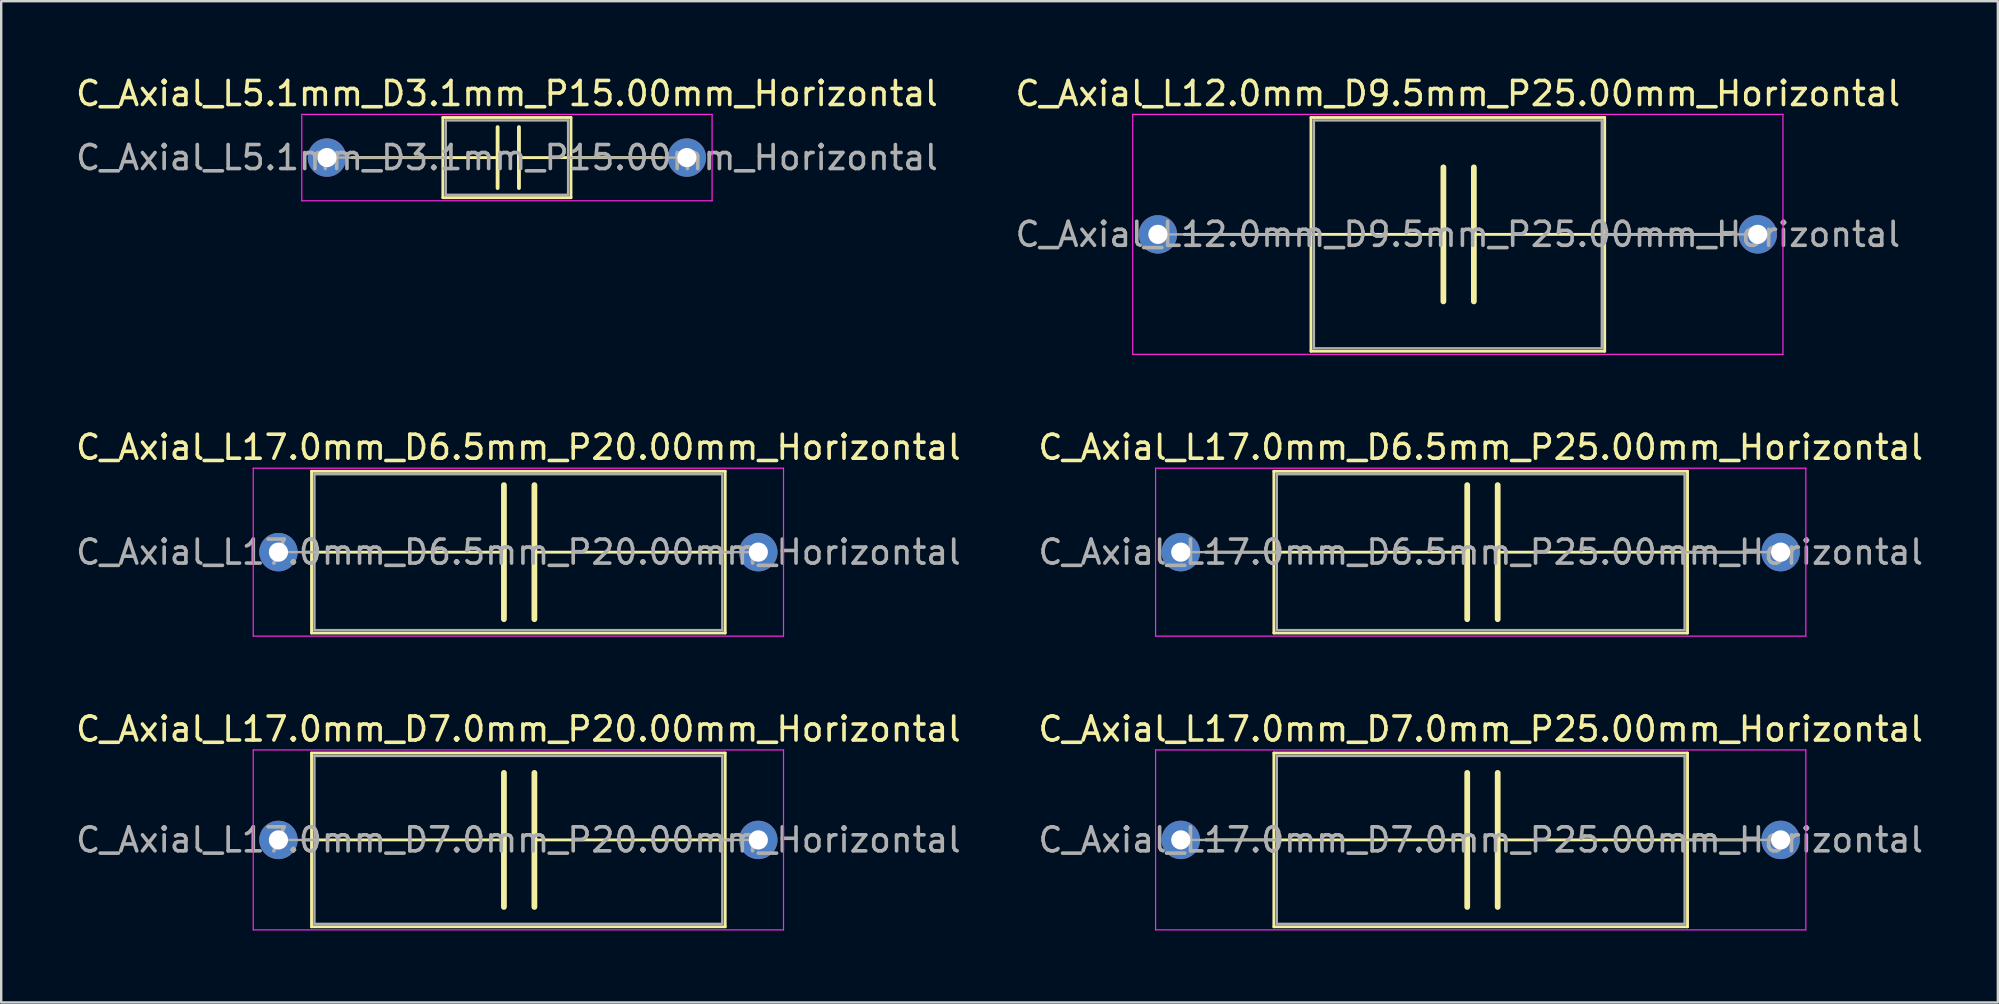
<source format=kicad_pcb>
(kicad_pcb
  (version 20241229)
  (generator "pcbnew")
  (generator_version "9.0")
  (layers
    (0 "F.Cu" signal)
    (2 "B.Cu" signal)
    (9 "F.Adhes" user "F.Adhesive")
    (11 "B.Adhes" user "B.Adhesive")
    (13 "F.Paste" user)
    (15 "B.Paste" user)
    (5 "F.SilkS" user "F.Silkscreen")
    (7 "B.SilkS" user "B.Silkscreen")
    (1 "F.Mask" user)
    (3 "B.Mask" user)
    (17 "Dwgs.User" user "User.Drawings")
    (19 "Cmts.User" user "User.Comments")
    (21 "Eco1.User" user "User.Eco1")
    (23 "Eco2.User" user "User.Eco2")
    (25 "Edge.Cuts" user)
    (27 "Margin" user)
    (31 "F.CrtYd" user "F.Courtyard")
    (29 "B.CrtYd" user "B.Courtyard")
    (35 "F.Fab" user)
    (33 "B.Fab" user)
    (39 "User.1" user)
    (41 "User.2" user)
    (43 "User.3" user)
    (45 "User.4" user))
  (footprint "C_Axial_L17.0mm_D6.5mm_P20.00mm_Horizontal"
    (layer "F.Cu")
    (at 8.554 19.962)
    (property "Reference" "C_Axial_L17.0mm_D6.5mm_P20.00mm_Horizontal" (at 10 -4.37 0) (layer "F.SilkS") (effects (font (size 1 1) (thickness 0.15))))
    (attr through_hole)
    (fp_line (start 1.04 0) (end 1.38 0) (stroke (width 0.12) (type solid)) (layer "F.SilkS"))
    (fp_line (start 1.38 -3.37) (end 1.38 3.37) (stroke (width 0.12) (type solid)) (layer "F.SilkS"))
    (fp_line (start 1.38 0) (end 9.398 0) (stroke (width 0.12) (type solid)) (layer "F.SilkS"))
    (fp_line (start 1.38 3.37) (end 18.62 3.37) (stroke (width 0.12) (type solid)) (layer "F.SilkS"))
    (fp_line (start 9.398 -2.794) (end 9.398 2.794) (stroke (width 0.24) (type solid)) (layer "F.SilkS"))
    (fp_line (start 10.668 2.794) (end 10.668 -2.794) (stroke (width 0.24) (type solid)) (layer "F.SilkS"))
    (fp_line (start 18.62 -3.37) (end 1.38 -3.37) (stroke (width 0.12) (type solid)) (layer "F.SilkS"))
    (fp_line (start 18.62 0) (end 10.668 0) (stroke (width 0.12) (type solid)) (layer "F.SilkS"))
    (fp_line (start 18.62 3.37) (end 18.62 -3.37) (stroke (width 0.12) (type solid)) (layer "F.SilkS"))
    (fp_line (start 18.96 0) (end 18.62 0) (stroke (width 0.12) (type solid)) (layer "F.SilkS"))
    (fp_line (start -1.05 -3.5) (end -1.05 3.5) (stroke (width 0.05) (type solid)) (layer "F.CrtYd"))
    (fp_line (start -1.05 3.5) (end 21.05 3.5) (stroke (width 0.05) (type solid)) (layer "F.CrtYd"))
    (fp_line (start 21.05 -3.5) (end -1.05 -3.5) (stroke (width 0.05) (type solid)) (layer "F.CrtYd"))
    (fp_line (start 21.05 3.5) (end 21.05 -3.5) (stroke (width 0.05) (type solid)) (layer "F.CrtYd"))
    (fp_line (start 0 0) (end 1.5 0) (stroke (width 0.1) (type solid)) (layer "F.Fab"))
    (fp_line (start 1.5 -3.25) (end 1.5 3.25) (stroke (width 0.1) (type solid)) (layer "F.Fab"))
    (fp_line (start 1.5 3.25) (end 18.5 3.25) (stroke (width 0.1) (type solid)) (layer "F.Fab"))
    (fp_line (start 18.5 -3.25) (end 1.5 -3.25) (stroke (width 0.1) (type solid)) (layer "F.Fab"))
    (fp_line (start 18.5 3.25) (end 18.5 -3.25) (stroke (width 0.1) (type solid)) (layer "F.Fab"))
    (fp_line (start 20 0) (end 18.5 0) (stroke (width 0.1) (type solid)) (layer "F.Fab"))
    (fp_text user "${REFERENCE}" (at 10 0 0) (layer "F.Fab") (effects (font (size 1 1) (thickness 0.15))))
    (pad "1" thru_hole circle (at 0 0) (size 1.6 1.6) (drill 0.8) (layers "*.Cu" "*.Mask"))
    (pad "2" thru_hole oval (at 20 0) (size 1.6 1.6) (drill 0.8) (layers "*.Cu" "*.Mask")))
  (footprint "C_Axial_L12.0mm_D9.5mm_P25.00mm_Horizontal"
    (layer "F.Cu")
    (at 45.208 6.718)
    (property "Reference" "C_Axial_L12.0mm_D9.5mm_P25.00mm_Horizontal" (at 12.5 -5.87 0) (layer "F.SilkS") (effects (font (size 1 1) (thickness 0.15))))
    (attr through_hole)
    (fp_line (start 1.1 0) (end 6.38 0) (stroke (width 0.12) (type solid)) (layer "F.SilkS"))
    (fp_line (start 6.38 -4.87) (end 6.38 4.87) (stroke (width 0.12) (type solid)) (layer "F.SilkS"))
    (fp_line (start 6.38 0) (end 11.898 0) (stroke (width 0.12) (type solid)) (layer "F.SilkS"))
    (fp_line (start 6.38 4.87) (end 18.62 4.87) (stroke (width 0.12) (type solid)) (layer "F.SilkS"))
    (fp_line (start 11.898 -2.794) (end 11.898 2.794) (stroke (width 0.24) (type solid)) (layer "F.SilkS"))
    (fp_line (start 13.168 2.794) (end 13.168 -2.794) (stroke (width 0.24) (type solid)) (layer "F.SilkS"))
    (fp_line (start 18.62 -4.87) (end 6.38 -4.87) (stroke (width 0.12) (type solid)) (layer "F.SilkS"))
    (fp_line (start 18.62 0) (end 13.168 0) (stroke (width 0.12) (type solid)) (layer "F.SilkS"))
    (fp_line (start 18.62 4.87) (end 18.62 -4.87) (stroke (width 0.12) (type solid)) (layer "F.SilkS"))
    (fp_line (start 23.9 0) (end 18.62 0) (stroke (width 0.12) (type solid)) (layer "F.SilkS"))
    (fp_line (start -1.05 -5) (end -1.05 5) (stroke (width 0.05) (type solid)) (layer "F.CrtYd"))
    (fp_line (start -1.05 5) (end 26.05 5) (stroke (width 0.05) (type solid)) (layer "F.CrtYd"))
    (fp_line (start 26.05 -5) (end -1.05 -5) (stroke (width 0.05) (type solid)) (layer "F.CrtYd"))
    (fp_line (start 26.05 5) (end 26.05 -5) (stroke (width 0.05) (type solid)) (layer "F.CrtYd"))
    (fp_line (start 0 0) (end 6.5 0) (stroke (width 0.1) (type solid)) (layer "F.Fab"))
    (fp_line (start 6.5 -4.75) (end 6.5 4.75) (stroke (width 0.1) (type solid)) (layer "F.Fab"))
    (fp_line (start 6.5 4.75) (end 18.5 4.75) (stroke (width 0.1) (type solid)) (layer "F.Fab"))
    (fp_line (start 18.5 -4.75) (end 6.5 -4.75) (stroke (width 0.1) (type solid)) (layer "F.Fab"))
    (fp_line (start 18.5 4.75) (end 18.5 -4.75) (stroke (width 0.1) (type solid)) (layer "F.Fab"))
    (fp_line (start 25 0) (end 18.5 0) (stroke (width 0.1) (type solid)) (layer "F.Fab"))
    (fp_text user "${REFERENCE}" (at 12.5 0 0) (layer "F.Fab") (effects (font (size 1 1) (thickness 0.15))))
    (pad "1" thru_hole circle (at 0 0) (size 1.6 1.6) (drill 0.8) (layers "*.Cu" "*.Mask"))
    (pad "2" thru_hole oval (at 25 0) (size 1.6 1.6) (drill 0.8) (layers "*.Cu" "*.Mask")))
  (footprint "C_Axial_L17.0mm_D7.0mm_P25.00mm_Horizontal"
    (layer "F.Cu")
    (at 46.161 31.955)
    (property "Reference" "C_Axial_L17.0mm_D7.0mm_P25.00mm_Horizontal" (at 12.5 -4.62 0) (layer "F.SilkS") (effects (font (size 1 1) (thickness 0.15))))
    (attr through_hole)
    (fp_line (start 1.04 0) (end 3.88 0) (stroke (width 0.12) (type solid)) (layer "F.SilkS"))
    (fp_line (start 3.88 -3.62) (end 3.88 3.62) (stroke (width 0.12) (type solid)) (layer "F.SilkS"))
    (fp_line (start 3.88 0) (end 11.938 0) (stroke (width 0.12) (type solid)) (layer "F.SilkS"))
    (fp_line (start 3.88 3.62) (end 21.12 3.62) (stroke (width 0.12) (type solid)) (layer "F.SilkS"))
    (fp_line (start 11.938 -2.794) (end 11.938 2.794) (stroke (width 0.24) (type solid)) (layer "F.SilkS"))
    (fp_line (start 13.208 2.794) (end 13.208 -2.794) (stroke (width 0.24) (type solid)) (layer "F.SilkS"))
    (fp_line (start 21.12 -3.62) (end 3.88 -3.62) (stroke (width 0.12) (type solid)) (layer "F.SilkS"))
    (fp_line (start 21.12 0) (end 13.208 0) (stroke (width 0.12) (type solid)) (layer "F.SilkS"))
    (fp_line (start 21.12 3.62) (end 21.12 -3.62) (stroke (width 0.12) (type solid)) (layer "F.SilkS"))
    (fp_line (start 23.96 0) (end 21.12 0) (stroke (width 0.12) (type solid)) (layer "F.SilkS"))
    (fp_line (start -1.05 -3.75) (end -1.05 3.75) (stroke (width 0.05) (type solid)) (layer "F.CrtYd"))
    (fp_line (start -1.05 3.75) (end 26.05 3.75) (stroke (width 0.05) (type solid)) (layer "F.CrtYd"))
    (fp_line (start 26.05 -3.75) (end -1.05 -3.75) (stroke (width 0.05) (type solid)) (layer "F.CrtYd"))
    (fp_line (start 26.05 3.75) (end 26.05 -3.75) (stroke (width 0.05) (type solid)) (layer "F.CrtYd"))
    (fp_line (start 0 0) (end 4 0) (stroke (width 0.1) (type solid)) (layer "F.Fab"))
    (fp_line (start 4 -3.5) (end 4 3.5) (stroke (width 0.1) (type solid)) (layer "F.Fab"))
    (fp_line (start 4 3.5) (end 21 3.5) (stroke (width 0.1) (type solid)) (layer "F.Fab"))
    (fp_line (start 21 -3.5) (end 4 -3.5) (stroke (width 0.1) (type solid)) (layer "F.Fab"))
    (fp_line (start 21 3.5) (end 21 -3.5) (stroke (width 0.1) (type solid)) (layer "F.Fab"))
    (fp_line (start 25 0) (end 21 0) (stroke (width 0.1) (type solid)) (layer "F.Fab"))
    (fp_text user "${REFERENCE}" (at 12.5 0 0) (layer "F.Fab") (effects (font (size 1 1) (thickness 0.15))))
    (pad "1" thru_hole circle (at 0 0) (size 1.6 1.6) (drill 0.8) (layers "*.Cu" "*.Mask"))
    (pad "2" thru_hole oval (at 25 0) (size 1.6 1.6) (drill 0.8) (layers "*.Cu" "*.Mask")))
  (footprint "C_Axial_L17.0mm_D7.0mm_P20.00mm_Horizontal"
    (layer "F.Cu")
    (at 8.554 31.955)
    (property "Reference" "C_Axial_L17.0mm_D7.0mm_P20.00mm_Horizontal" (at 10 -4.62 0) (layer "F.SilkS") (effects (font (size 1 1) (thickness 0.15))))
    (attr through_hole)
    (fp_line (start 1.04 0) (end 1.38 0) (stroke (width 0.12) (type solid)) (layer "F.SilkS"))
    (fp_line (start 1.38 -3.62) (end 1.38 3.62) (stroke (width 0.12) (type solid)) (layer "F.SilkS"))
    (fp_line (start 1.38 0) (end 9.398 0) (stroke (width 0.12) (type solid)) (layer "F.SilkS"))
    (fp_line (start 1.38 3.62) (end 18.62 3.62) (stroke (width 0.12) (type solid)) (layer "F.SilkS"))
    (fp_line (start 9.398 -2.794) (end 9.398 2.794) (stroke (width 0.24) (type solid)) (layer "F.SilkS"))
    (fp_line (start 10.668 2.794) (end 10.668 -2.794) (stroke (width 0.24) (type solid)) (layer "F.SilkS"))
    (fp_line (start 18.62 -3.62) (end 1.38 -3.62) (stroke (width 0.12) (type solid)) (layer "F.SilkS"))
    (fp_line (start 18.62 0) (end 10.668 0) (stroke (width 0.12) (type solid)) (layer "F.SilkS"))
    (fp_line (start 18.62 3.62) (end 18.62 -3.62) (stroke (width 0.12) (type solid)) (layer "F.SilkS"))
    (fp_line (start 18.96 0) (end 18.62 0) (stroke (width 0.12) (type solid)) (layer "F.SilkS"))
    (fp_line (start -1.05 -3.75) (end -1.05 3.75) (stroke (width 0.05) (type solid)) (layer "F.CrtYd"))
    (fp_line (start -1.05 3.75) (end 21.05 3.75) (stroke (width 0.05) (type solid)) (layer "F.CrtYd"))
    (fp_line (start 21.05 -3.75) (end -1.05 -3.75) (stroke (width 0.05) (type solid)) (layer "F.CrtYd"))
    (fp_line (start 21.05 3.75) (end 21.05 -3.75) (stroke (width 0.05) (type solid)) (layer "F.CrtYd"))
    (fp_line (start 0 0) (end 1.5 0) (stroke (width 0.1) (type solid)) (layer "F.Fab"))
    (fp_line (start 1.5 -3.5) (end 1.5 3.5) (stroke (width 0.1) (type solid)) (layer "F.Fab"))
    (fp_line (start 1.5 3.5) (end 18.5 3.5) (stroke (width 0.1) (type solid)) (layer "F.Fab"))
    (fp_line (start 18.5 -3.5) (end 1.5 -3.5) (stroke (width 0.1) (type solid)) (layer "F.Fab"))
    (fp_line (start 18.5 3.5) (end 18.5 -3.5) (stroke (width 0.1) (type solid)) (layer "F.Fab"))
    (fp_line (start 20 0) (end 18.5 0) (stroke (width 0.1) (type solid)) (layer "F.Fab"))
    (fp_text user "${REFERENCE}" (at 10 0 0) (layer "F.Fab") (effects (font (size 1 1) (thickness 0.15))))
    (pad "1" thru_hole circle (at 0 0) (size 1.6 1.6) (drill 0.8) (layers "*.Cu" "*.Mask"))
    (pad "2" thru_hole oval (at 20 0) (size 1.6 1.6) (drill 0.8) (layers "*.Cu" "*.Mask")))
  (footprint "C_Axial_L5.1mm_D3.1mm_P15.00mm_Horizontal"
    (layer "F.Cu")
    (at 10.577 3.518)
    (property "Reference" "C_Axial_L5.1mm_D3.1mm_P15.00mm_Horizontal" (at 7.5 -2.67 0) (layer "F.SilkS") (effects (font (size 1 1) (thickness 0.15))))
    (attr through_hole)
    (fp_line (start 1.04 0) (end 4.83 0) (stroke (width 0.12) (type solid)) (layer "F.SilkS"))
    (fp_line (start 4.826 0) (end 7.112 0) (stroke (width 0.12) (type solid)) (layer "F.SilkS"))
    (fp_line (start 4.83 -1.67) (end 4.83 1.67) (stroke (width 0.12) (type solid)) (layer "F.SilkS"))
    (fp_line (start 4.83 1.67) (end 10.17 1.67) (stroke (width 0.12) (type solid)) (layer "F.SilkS"))
    (fp_line (start 7.112 0) (end 7.112 -1.27) (stroke (width 0.16) (type solid)) (layer "F.SilkS"))
    (fp_line (start 7.112 0) (end 7.112 1.27) (stroke (width 0.16) (type solid)) (layer "F.SilkS"))
    (fp_line (start 8.001 0) (end 8.001 -1.27) (stroke (width 0.16) (type solid)) (layer "F.SilkS"))
    (fp_line (start 8.001 0) (end 8.001 1.27) (stroke (width 0.16) (type solid)) (layer "F.SilkS"))
    (fp_line (start 10.17 -1.67) (end 4.83 -1.67) (stroke (width 0.12) (type solid)) (layer "F.SilkS"))
    (fp_line (start 10.17 0) (end 8.001 0) (stroke (width 0.12) (type solid)) (layer "F.SilkS"))
    (fp_line (start 10.17 1.67) (end 10.17 -1.67) (stroke (width 0.12) (type solid)) (layer "F.SilkS"))
    (fp_line (start 13.96 0) (end 10.17 0) (stroke (width 0.12) (type solid)) (layer "F.SilkS"))
    (fp_line (start -1.05 -1.8) (end -1.05 1.8) (stroke (width 0.05) (type solid)) (layer "F.CrtYd"))
    (fp_line (start -1.05 1.8) (end 16.05 1.8) (stroke (width 0.05) (type solid)) (layer "F.CrtYd"))
    (fp_line (start 16.05 -1.8) (end -1.05 -1.8) (stroke (width 0.05) (type solid)) (layer "F.CrtYd"))
    (fp_line (start 16.05 1.8) (end 16.05 -1.8) (stroke (width 0.05) (type solid)) (layer "F.CrtYd"))
    (fp_line (start 0 0) (end 4.95 0) (stroke (width 0.1) (type solid)) (layer "F.Fab"))
    (fp_line (start 4.95 -1.55) (end 4.95 1.55) (stroke (width 0.1) (type solid)) (layer "F.Fab"))
    (fp_line (start 4.95 1.55) (end 10.05 1.55) (stroke (width 0.1) (type solid)) (layer "F.Fab"))
    (fp_line (start 10.05 -1.55) (end 4.95 -1.55) (stroke (width 0.1) (type solid)) (layer "F.Fab"))
    (fp_line (start 10.05 1.55) (end 10.05 -1.55) (stroke (width 0.1) (type solid)) (layer "F.Fab"))
    (fp_line (start 15 0) (end 10.05 0) (stroke (width 0.1) (type solid)) (layer "F.Fab"))
    (fp_text user "${REFERENCE}" (at 7.5 0 0) (layer "F.Fab") (effects (font (size 1 1) (thickness 0.15))))
    (pad "1" thru_hole circle (at 0 0) (size 1.6 1.6) (drill 0.8) (layers "*.Cu" "*.Mask"))
    (pad "2" thru_hole oval (at 15 0) (size 1.6 1.6) (drill 0.8) (layers "*.Cu" "*.Mask")))
  (footprint "C_Axial_L17.0mm_D6.5mm_P25.00mm_Horizontal"
    (layer "F.Cu")
    (at 46.161 19.962)
    (property "Reference" "C_Axial_L17.0mm_D6.5mm_P25.00mm_Horizontal" (at 12.5 -4.37 0) (layer "F.SilkS") (effects (font (size 1 1) (thickness 0.15))))
    (attr through_hole)
    (fp_line (start 1.04 0) (end 3.88 0) (stroke (width 0.12) (type solid)) (layer "F.SilkS"))
    (fp_line (start 3.88 -3.37) (end 3.88 3.37) (stroke (width 0.12) (type solid)) (layer "F.SilkS"))
    (fp_line (start 3.88 0) (end 11.938 0) (stroke (width 0.12) (type solid)) (layer "F.SilkS"))
    (fp_line (start 3.88 3.37) (end 21.12 3.37) (stroke (width 0.12) (type solid)) (layer "F.SilkS"))
    (fp_line (start 11.938 -2.794) (end 11.938 2.794) (stroke (width 0.24) (type solid)) (layer "F.SilkS"))
    (fp_line (start 13.208 2.794) (end 13.208 -2.794) (stroke (width 0.24) (type solid)) (layer "F.SilkS"))
    (fp_line (start 21.12 -3.37) (end 3.88 -3.37) (stroke (width 0.12) (type solid)) (layer "F.SilkS"))
    (fp_line (start 21.12 0) (end 13.208 0) (stroke (width 0.12) (type solid)) (layer "F.SilkS"))
    (fp_line (start 21.12 3.37) (end 21.12 -3.37) (stroke (width 0.12) (type solid)) (layer "F.SilkS"))
    (fp_line (start 23.96 0) (end 21.12 0) (stroke (width 0.12) (type solid)) (layer "F.SilkS"))
    (fp_line (start -1.05 -3.5) (end -1.05 3.5) (stroke (width 0.05) (type solid)) (layer "F.CrtYd"))
    (fp_line (start -1.05 3.5) (end 26.05 3.5) (stroke (width 0.05) (type solid)) (layer "F.CrtYd"))
    (fp_line (start 26.05 -3.5) (end -1.05 -3.5) (stroke (width 0.05) (type solid)) (layer "F.CrtYd"))
    (fp_line (start 26.05 3.5) (end 26.05 -3.5) (stroke (width 0.05) (type solid)) (layer "F.CrtYd"))
    (fp_line (start 0 0) (end 4 0) (stroke (width 0.1) (type solid)) (layer "F.Fab"))
    (fp_line (start 4 -3.25) (end 4 3.25) (stroke (width 0.1) (type solid)) (layer "F.Fab"))
    (fp_line (start 4 3.25) (end 21 3.25) (stroke (width 0.1) (type solid)) (layer "F.Fab"))
    (fp_line (start 21 -3.25) (end 4 -3.25) (stroke (width 0.1) (type solid)) (layer "F.Fab"))
    (fp_line (start 21 3.25) (end 21 -3.25) (stroke (width 0.1) (type solid)) (layer "F.Fab"))
    (fp_line (start 25 0) (end 21 0) (stroke (width 0.1) (type solid)) (layer "F.Fab"))
    (fp_text user "${REFERENCE}" (at 12.5 0 0) (layer "F.Fab") (effects (font (size 1 1) (thickness 0.15))))
    (pad "1" thru_hole circle (at 0 0) (size 1.6 1.6) (drill 0.8) (layers "*.Cu" "*.Mask"))
    (pad "2" thru_hole oval (at 25 0) (size 1.6 1.6) (drill 0.8) (layers "*.Cu" "*.Mask")))
  (gr_rect
    (start -3 -3)
    (end 80.214 38.73)
    (stroke (width 0.1) (type default))
    (fill no)
    (layer "Edge.Cuts")))
</source>
